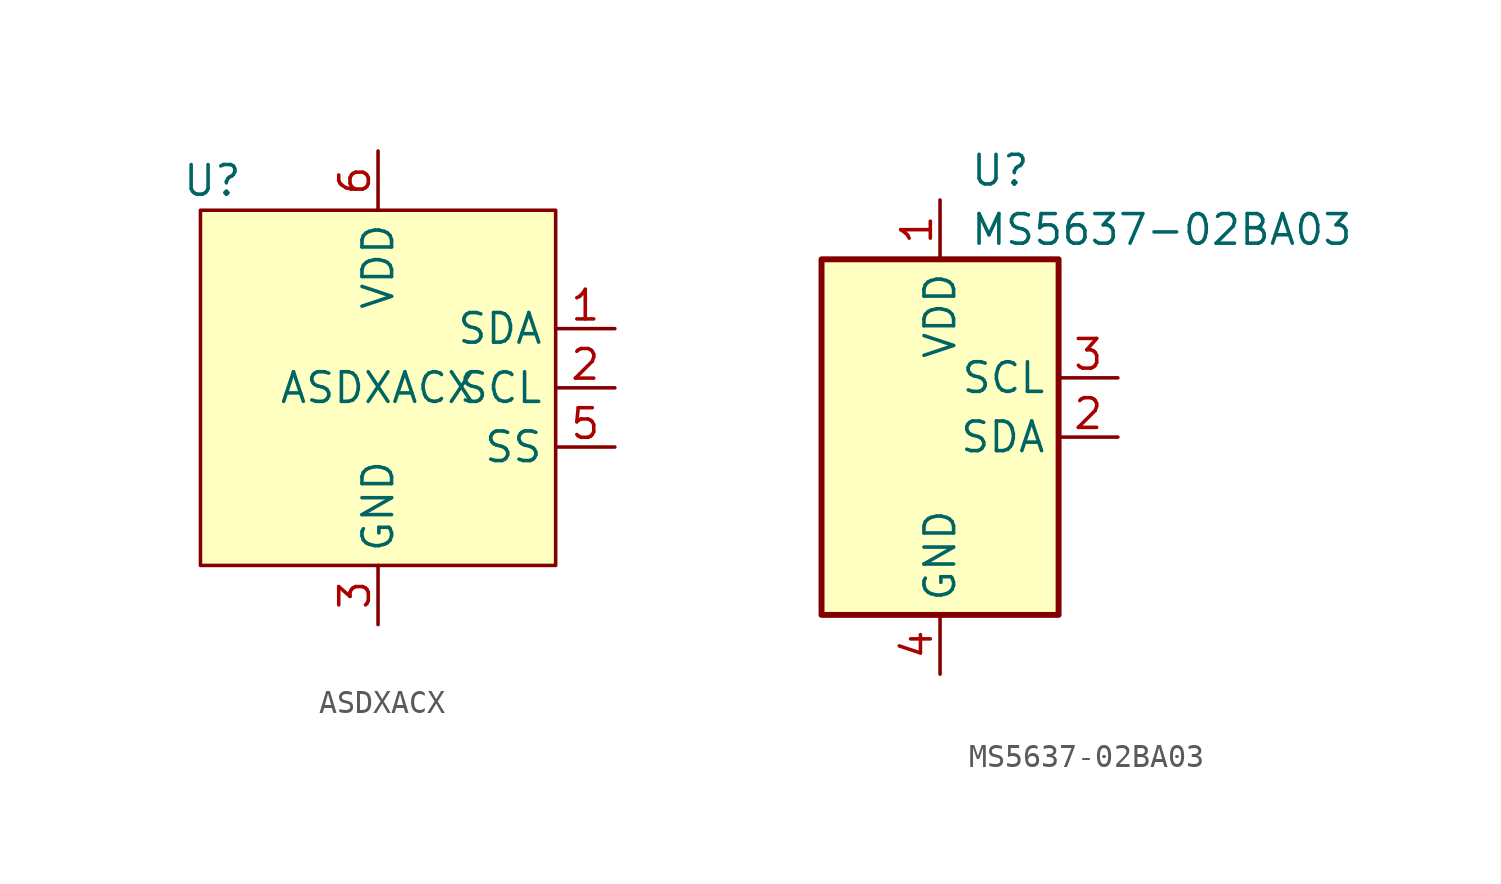
<source format=kicad_sym>
(kicad_symbol_lib
  (version 20231120)
  (generator "kicad_symbol_editor")
  (generator_version "8.0")
  (symbol "ASDXACX"
    (property "Reference" "U"
      (at -7.112 8.89 0)
      (effects (font (size 1.27 1.27))))
    (property "Value" "ASDXACX"
      (at 0 0 0)
      (effects (font (size 1.27 1.27))))
    (symbol "ASDXACX_1_1"
      (rectangle (start -7.62 7.62) (end 7.62 -7.62) (stroke (width 0) (type default)) (fill (type background)))
      (pin bidirectional line (at 10.16 2.54 180) (length 2.54) (name "SDA" (effects (font (size 1.27 1.27)))) (number "1" (effects (font (size 1.27 1.27)))))
      (pin input line (at 10.16 0 180) (length 2.54) (name "SCL" (effects (font (size 1.27 1.27)))) (number "2" (effects (font (size 1.27 1.27)))))
      (pin power_in line (at 0 -10.16 90) (length 2.54) (name "GND" (effects (font (size 1.27 1.27)))) (number "3" (effects (font (size 1.27 1.27)))))
      (pin no_connect line (at -10.16 2.54 0) (length 2.54) hide (name "N/C" (effects (font (size 1.27 1.27)))) (number "4" (effects (font (size 1.27 1.27)))))
      (pin output line (at 10.16 -2.54 180) (length 2.54) (name "SS" (effects (font (size 1.27 1.27)))) (number "5" (effects (font (size 1.27 1.27)))))
      (pin power_in line (at 0 10.16 270) (length 2.54) (name "VDD" (effects (font (size 1.27 1.27)))) (number "6" (effects (font (size 1.27 1.27)))))
      (pin no_connect line (at -10.16 0 0) (length 2.54) hide (name "N/C" (effects (font (size 1.27 1.27)))) (number "7" (effects (font (size 1.27 1.27)))))
      (pin no_connect line (at -10.16 -2.54 0) (length 2.54) hide (name "N/C" (effects (font (size 1.27 1.27)))) (number "8" (effects (font (size 1.27 1.27)))))))
  (symbol "MS5637-02BA03"
    (property "Reference" "U"
      (at 1.27 11.43 0)
      (effects (font (size 1.27 1.27)) (justify left)))
    (property "Value" "MS5637-02BA03"
      (at 1.27 8.89 0)
      (effects (font (size 1.27 1.27)) (justify left)))
    (symbol "MS5637-02BA03_0_1"
      (rectangle (start -5.08 7.62) (end 5.08 -7.62) (stroke (width 0.254) (type default)) (fill (type background))))
    (symbol "MS5637-02BA03_1_1"
      (pin power_in line (at 0 10.16 270) (length 2.54) (name "VDD" (effects (font (size 1.27 1.27)))) (number "1" (effects (font (size 1.27 1.27)))))
      (pin bidirectional line (at 7.62 0 180) (length 2.54) (name "SDA" (effects (font (size 1.27 1.27)))) (number "2" (effects (font (size 1.27 1.27)))))
      (pin passive line (at 7.62 2.54 180) (length 2.54) (name "SCL" (effects (font (size 1.27 1.27)))) (number "3" (effects (font (size 1.27 1.27)))))
      (pin power_in line (at 0 -10.16 90) (length 2.54) (name "GND" (effects (font (size 1.27 1.27)))) (number "4" (effects (font (size 1.27 1.27))))))))
</source>
